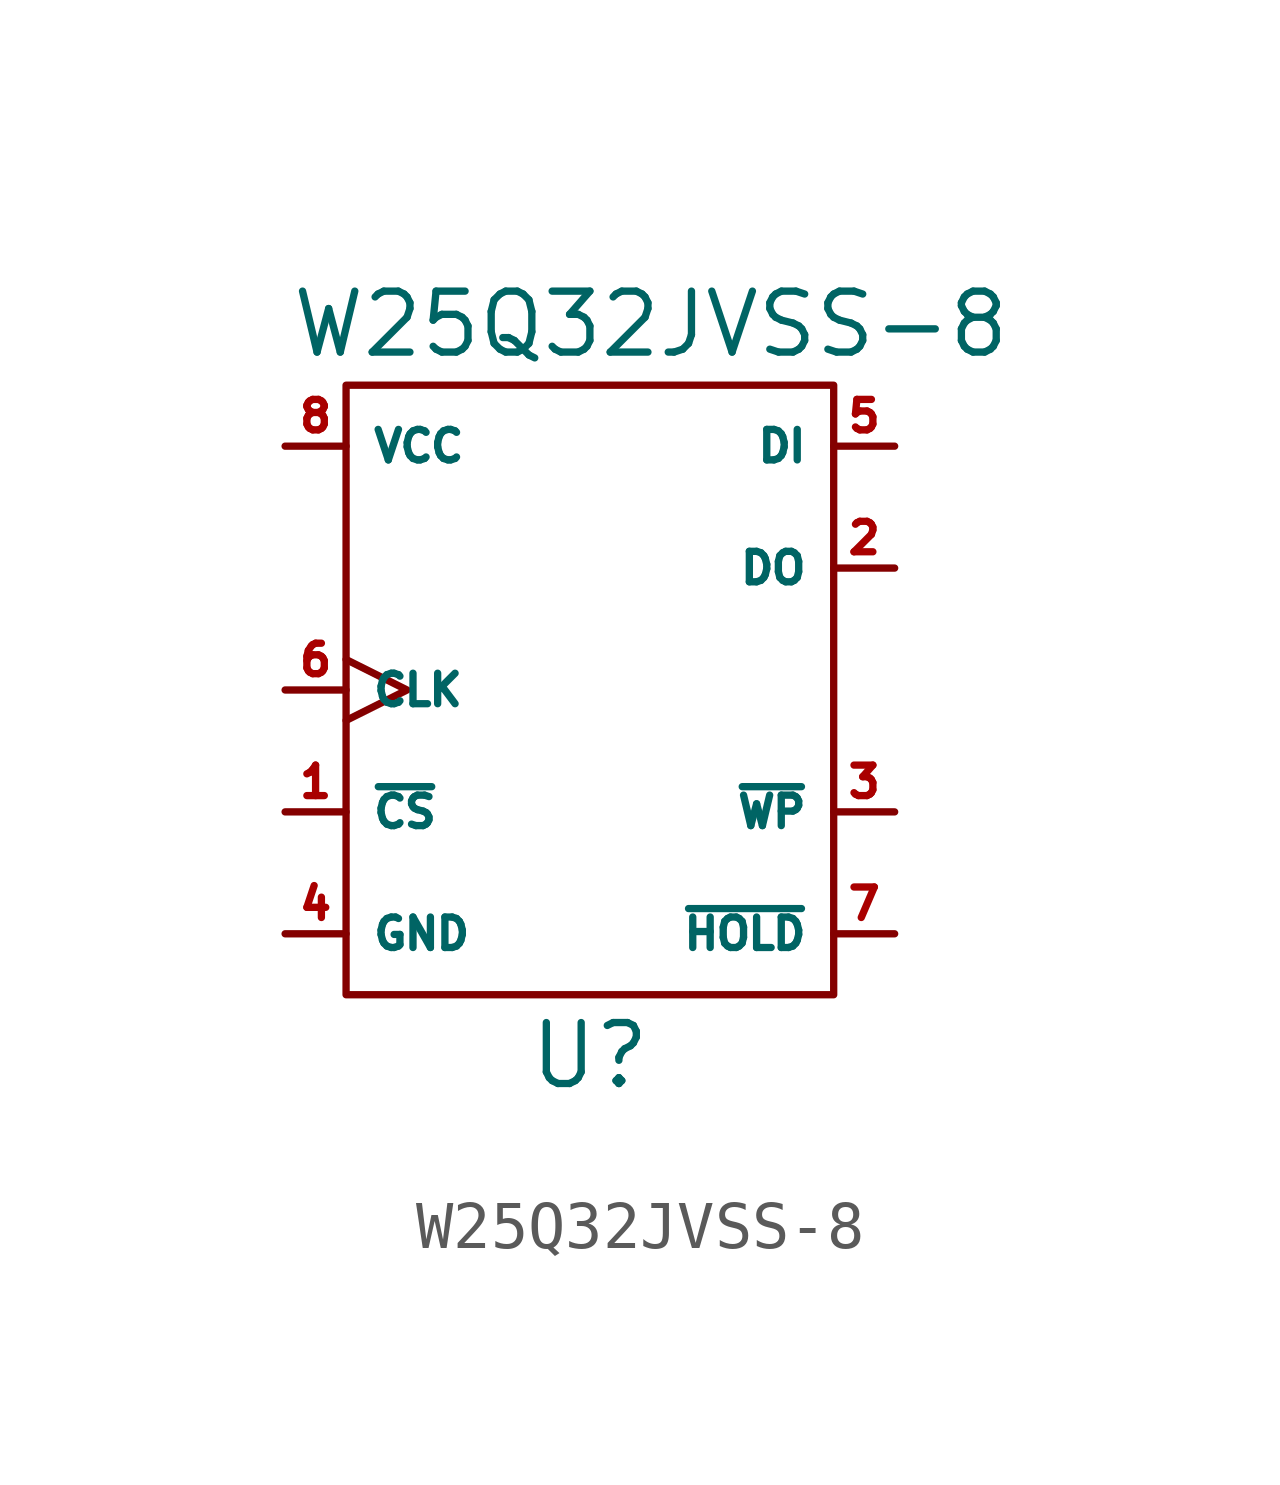
<source format=kicad_sym>
(kicad_symbol_lib
  (version 20211014)
  (generator kicad_symbol_editor)
  (symbol "W25Q32JVSS-8"
    (property "Reference" "U"
      (at -1.27 -15.24 0)
      (effects (font (size 1.27 1.27))))
    (property "Value" "W25Q32JVSS-8"
      (at 0 0 0)
      (effects (font (size 1.27 1.27))))
    (symbol "W25Q32JVSS-8_0_1"
      (rectangle (start -6.35 -1.27) (end 3.81 -13.97) (stroke (width 0) (type default) (color 0 0 0 0)) (fill (type none))))
    (symbol "W25Q32JVSS-8_1_1"
      (pin input line (at -7.62 -10.16 0) (length 1.27) (name "~{CS}" (effects (font (size 0.635 0.635)))) (number "1" (effects (font (size 0.635 0.635)))))
      (pin output line (at 5.08 -5.08 180) (length 1.27) (name "DO" (effects (font (size 0.635 0.635)))) (number "2" (effects (font (size 0.635 0.635)))))
      (pin input line (at 5.08 -10.16 180) (length 1.27) (name "~{WP}" (effects (font (size 0.635 0.635)))) (number "3" (effects (font (size 0.635 0.635)))))
      (pin power_in line (at -7.62 -12.7 0) (length 1.27) (name "GND" (effects (font (size 0.635 0.635)))) (number "4" (effects (font (size 0.635 0.635)))))
      (pin input line (at 5.08 -2.54 180) (length 1.27) (name "DI" (effects (font (size 0.635 0.635)))) (number "5" (effects (font (size 0.635 0.635)))))
      (pin input clock (at -7.62 -7.62 0) (length 1.27) (name "CLK" (effects (font (size 0.635 0.635)))) (number "6" (effects (font (size 0.635 0.635)))))
      (pin input line (at 5.08 -12.7 180) (length 1.27) (name "~{HOLD}" (effects (font (size 0.635 0.635)))) (number "7" (effects (font (size 0.635 0.635)))))
      (pin power_in line (at -7.62 -2.54 0) (length 1.27) (name "VCC" (effects (font (size 0.635 0.635)))) (number "8" (effects (font (size 0.635 0.635))))))))
</source>
